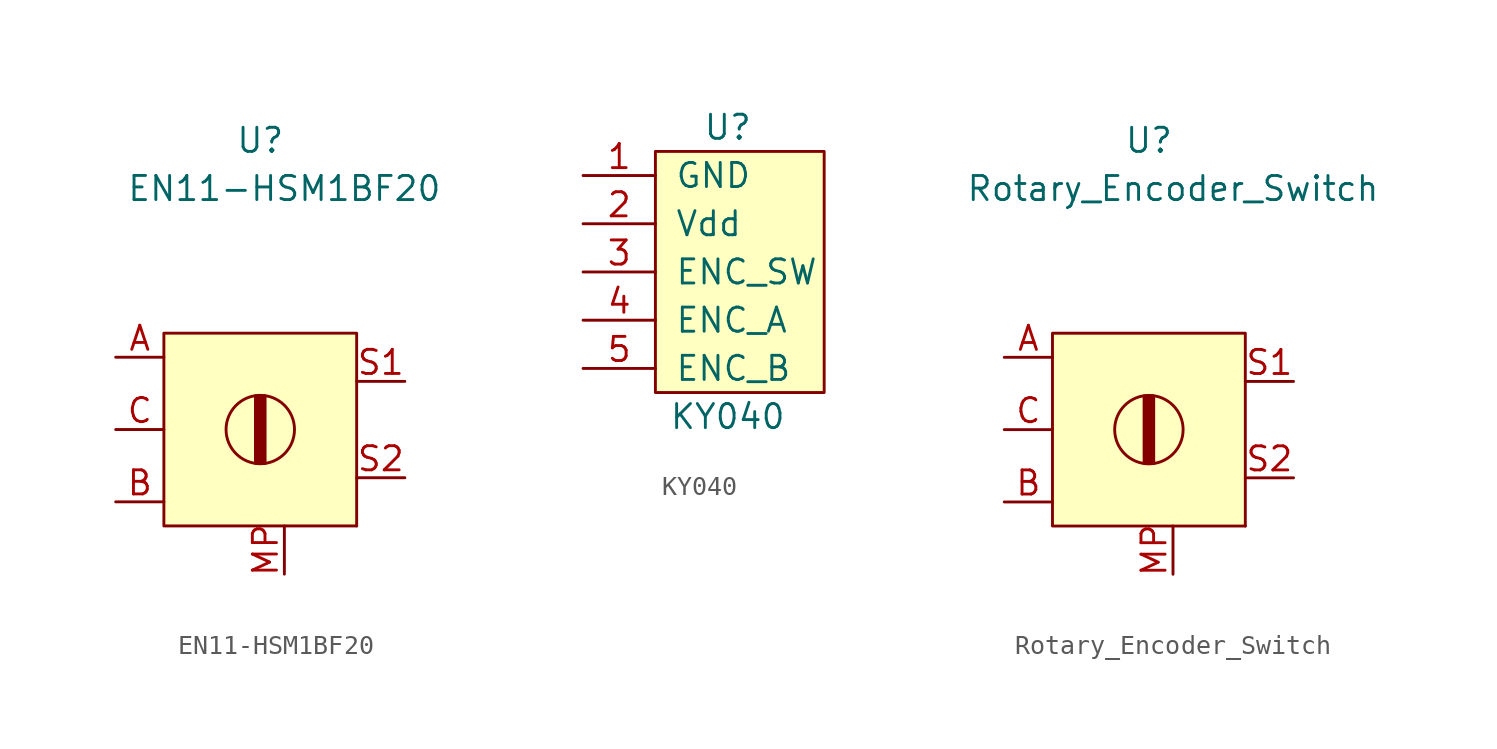
<source format=kicad_sym>
(kicad_symbol_lib
  (version 20211014)
  (generator kicad_symbol_editor)
  (symbol "EN11-HSM1BF20"
    (pin_names
      (offset 1.016))
    (property "Reference" "U"
      (at 0 15.24 0)
      (effects (font (size 1.27 1.27))))
    (property "Value" "EN11-HSM1BF20"
      (at 1.27 12.7 0)
      (effects (font (size 1.27 1.27))))
    (symbol "EN11-HSM1BF20_0_0"
      (pin passive line (at -7.62 3.81 0) (length 2.54) (name "~" (effects (font (size 1.27 1.27)))) (number "A" (effects (font (size 1.27 1.27)))))
      (pin passive line (at -7.62 -3.81 0) (length 2.54) (name "~" (effects (font (size 1.27 1.27)))) (number "B" (effects (font (size 1.27 1.27)))))
      (pin passive line (at -7.62 0 0) (length 2.54) (name "~" (effects (font (size 1.27 1.27)))) (number "C" (effects (font (size 1.27 1.27)))))
      (pin passive line (at 1.27 -7.62 90) (length 2.54) (name "~" (effects (font (size 1.27 1.27)))) (number "MP" (effects (font (size 1.27 1.27)))))
      (pin passive line (at 7.62 2.54 180) (length 2.54) (name "~" (effects (font (size 1.27 1.27)))) (number "S1" (effects (font (size 1.27 1.27)))))
      (pin passive line (at 7.62 -2.54 180) (length 2.54) (name "~" (effects (font (size 1.27 1.27)))) (number "S2" (effects (font (size 1.27 1.27))))))
    (symbol "EN11-HSM1BF20_0_1"
      (rectangle (start -5.08 5.08) (end 5.08 -5.08) (stroke (width 0) (type default) (color 0 0 0 0)) (fill (type background)))
      (rectangle (start -0.254 1.778) (end 0.254 -1.778) (stroke (width 0) (type default) (color 0 0 0 0)) (fill (type outline)))
      (circle (center 0 0) (radius 1.803) (stroke (width 0) (type default) (color 0 0 0 0)) (fill (type none)))
      (rectangle (start 0.254 -1.778) (end 0.254 -1.778) (stroke (width 0) (type default) (color 0 0 0 0)) (fill (type none)))
      (rectangle (start 5.08 -5.08) (end 5.08 -5.08) (stroke (width 0) (type default) (color 0 0 0 0)) (fill (type none)))))
  (symbol "KY040"
    (pin_names
      (offset 1.016))
    (property "Reference" "U"
      (at 0 7.62 0)
      (effects (font (size 1.27 1.27))))
    (property "Value" "KY040"
      (at 0 -7.62 0)
      (effects (font (size 1.27 1.27))))
    (symbol "KY040_0_1"
      (rectangle (start -3.81 6.35) (end 5.08 -6.35) (stroke (width 0) (type default) (color 0 0 0 0)) (fill (type background))))
    (symbol "KY040_1_1"
      (pin power_in line (at -7.62 5.08 0) (length 3.81) (name "GND" (effects (font (size 1.27 1.27)))) (number "1" (effects (font (size 1.27 1.27)))))
      (pin power_in line (at -7.62 2.54 0) (length 3.81) (name "Vdd" (effects (font (size 1.27 1.27)))) (number "2" (effects (font (size 1.27 1.27)))))
      (pin bidirectional line (at -7.62 0 0) (length 3.81) (name "ENC_SW" (effects (font (size 1.27 1.27)))) (number "3" (effects (font (size 1.27 1.27)))))
      (pin bidirectional line (at -7.62 -2.54 0) (length 3.81) (name "ENC_A" (effects (font (size 1.27 1.27)))) (number "4" (effects (font (size 1.27 1.27)))))
      (pin bidirectional line (at -7.62 -5.08 0) (length 3.81) (name "ENC_B" (effects (font (size 1.27 1.27)))) (number "5" (effects (font (size 1.27 1.27)))))))
  (symbol "Rotary_Encoder_Switch"
    (pin_names
      (offset 1.016))
    (property "Reference" "U"
      (at 0 15.24 0)
      (effects (font (size 1.27 1.27))))
    (property "Value" "Rotary_Encoder_Switch"
      (at 1.27 12.7 0)
      (effects (font (size 1.27 1.27))))
    (symbol "Rotary_Encoder_Switch_0_0"
      (pin passive line (at -7.62 3.81 0) (length 2.54) (name "~" (effects (font (size 1.27 1.27)))) (number "A" (effects (font (size 1.27 1.27)))))
      (pin passive line (at -7.62 -3.81 0) (length 2.54) (name "~" (effects (font (size 1.27 1.27)))) (number "B" (effects (font (size 1.27 1.27)))))
      (pin passive line (at -7.62 0 0) (length 2.54) (name "~" (effects (font (size 1.27 1.27)))) (number "C" (effects (font (size 1.27 1.27)))))
      (pin passive line (at 1.27 -7.62 90) (length 2.54) (name "~" (effects (font (size 1.27 1.27)))) (number "MP" (effects (font (size 1.27 1.27)))))
      (pin passive line (at 7.62 2.54 180) (length 2.54) (name "~" (effects (font (size 1.27 1.27)))) (number "S1" (effects (font (size 1.27 1.27)))))
      (pin passive line (at 7.62 -2.54 180) (length 2.54) (name "~" (effects (font (size 1.27 1.27)))) (number "S2" (effects (font (size 1.27 1.27))))))
    (symbol "Rotary_Encoder_Switch_0_1"
      (rectangle (start -5.08 5.08) (end 5.08 -5.08) (stroke (width 0) (type default) (color 0 0 0 0)) (fill (type background)))
      (rectangle (start -0.254 1.778) (end 0.254 -1.778) (stroke (width 0) (type default) (color 0 0 0 0)) (fill (type outline)))
      (circle (center 0 0) (radius 1.803) (stroke (width 0) (type default) (color 0 0 0 0)) (fill (type none)))
      (rectangle (start 0.254 -1.778) (end 0.254 -1.778) (stroke (width 0) (type default) (color 0 0 0 0)) (fill (type none)))
      (rectangle (start 5.08 -5.08) (end 5.08 -5.08) (stroke (width 0) (type default) (color 0 0 0 0)) (fill (type none))))))
</source>
